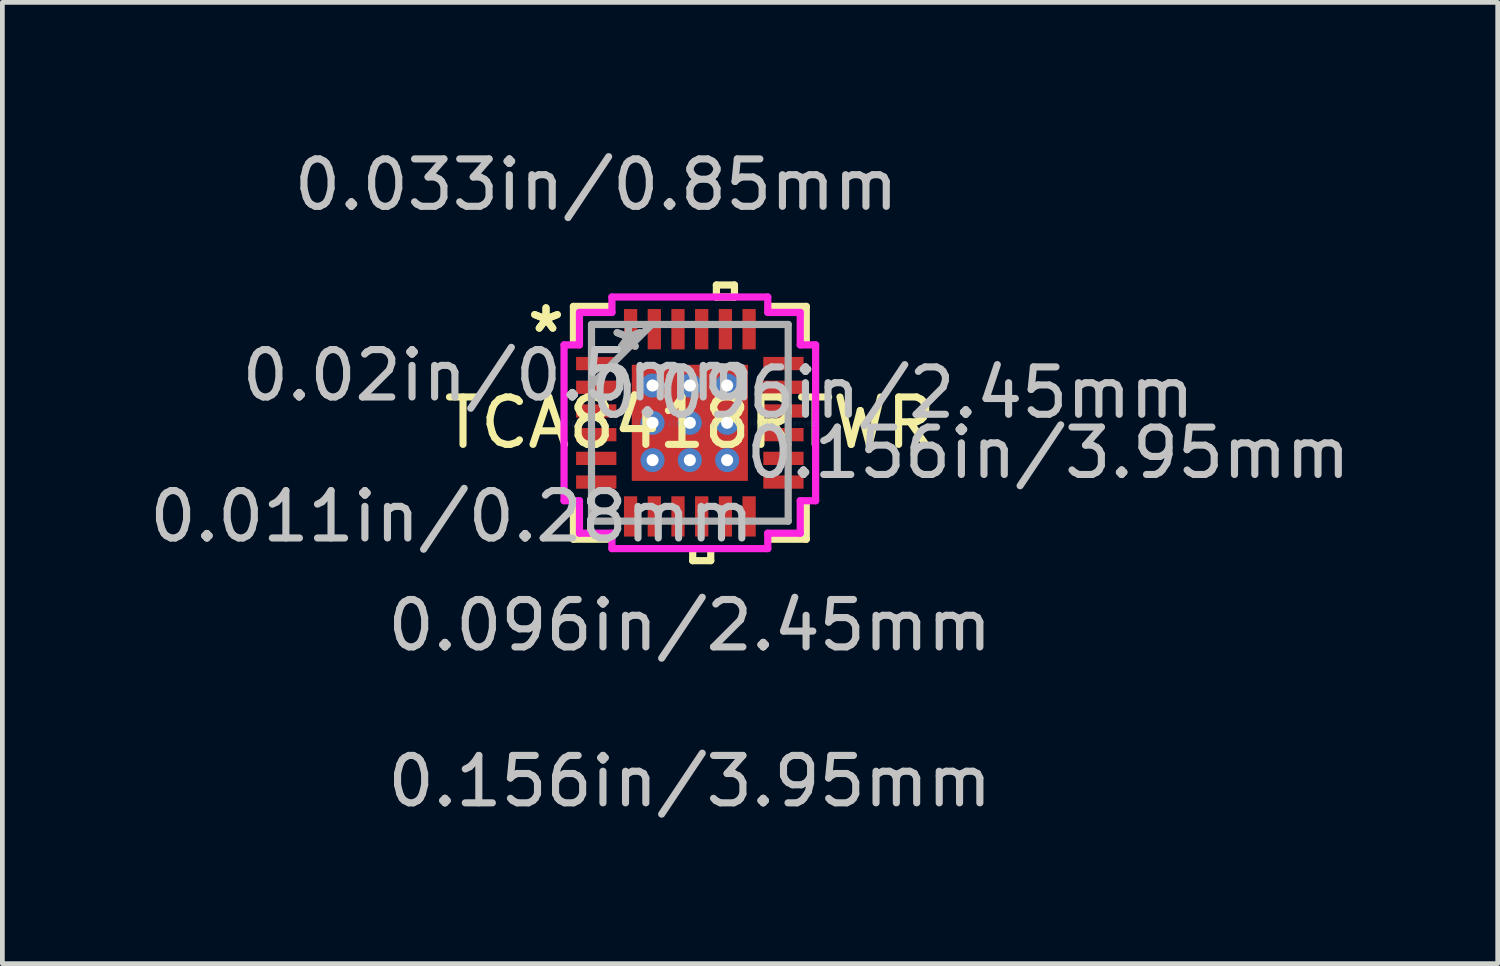
<source format=kicad_pcb>
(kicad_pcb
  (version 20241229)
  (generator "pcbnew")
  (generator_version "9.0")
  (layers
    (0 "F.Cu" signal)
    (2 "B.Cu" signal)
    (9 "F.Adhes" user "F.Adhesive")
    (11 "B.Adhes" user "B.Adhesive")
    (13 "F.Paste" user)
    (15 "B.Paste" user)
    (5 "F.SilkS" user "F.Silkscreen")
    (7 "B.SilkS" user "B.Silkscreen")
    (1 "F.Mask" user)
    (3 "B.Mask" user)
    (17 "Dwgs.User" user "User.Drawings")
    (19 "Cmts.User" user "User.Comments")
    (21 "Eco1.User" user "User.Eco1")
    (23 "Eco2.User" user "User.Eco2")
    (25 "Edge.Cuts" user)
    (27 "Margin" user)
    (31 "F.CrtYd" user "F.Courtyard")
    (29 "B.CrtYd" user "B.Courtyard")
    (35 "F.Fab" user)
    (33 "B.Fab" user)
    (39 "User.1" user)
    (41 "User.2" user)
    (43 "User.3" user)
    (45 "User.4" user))
  (footprint "TCA8418RTWR"
    (layer "F.Cu")
    (at 11.505 5.871)
    (property "Reference" "TCA8418RTWR" (at 0 0 0) (layer "F.SilkS") (effects (font (size 1 1) (thickness 0.15))))
    (attr through_hole)
    (fp_line (start -1.288 -1.288) (end -0.987 -1.288) (stroke (width 0.152) (type solid)) (layer "F.Mask"))
    (fp_line (start -1.288 -1.288) (end 1.288 -1.288) (stroke (width 0.152) (type solid)) (layer "F.Mask"))
    (fp_line (start -1.288 -0.987) (end -1.288 -1.288) (stroke (width 0.152) (type solid)) (layer "F.Mask"))
    (fp_line (start -1.288 -0.587) (end 1.288 -0.587) (stroke (width 0.152) (type solid)) (layer "F.Mask"))
    (fp_line (start -1.288 -0.2) (end -1.288 -0.587) (stroke (width 0.152) (type solid)) (layer "F.Mask"))
    (fp_line (start -1.288 0.2) (end 1.288 0.2) (stroke (width 0.152) (type solid)) (layer "F.Mask"))
    (fp_line (start -1.288 0.587) (end -1.288 0.2) (stroke (width 0.152) (type solid)) (layer "F.Mask"))
    (fp_line (start -1.288 0.987) (end 1.288 0.987) (stroke (width 0.152) (type solid)) (layer "F.Mask"))
    (fp_line (start -1.288 1.288) (end -1.288 -1.288) (stroke (width 0.152) (type solid)) (layer "F.Mask"))
    (fp_line (start -1.288 1.288) (end -1.288 0.987) (stroke (width 0.152) (type solid)) (layer "F.Mask"))
    (fp_line (start -0.987 -1.288) (end -0.987 1.288) (stroke (width 0.152) (type solid)) (layer "F.Mask"))
    (fp_line (start -0.987 1.288) (end -1.288 1.288) (stroke (width 0.152) (type solid)) (layer "F.Mask"))
    (fp_line (start -0.587 -1.288) (end -0.587 1.288) (stroke (width 0.152) (type solid)) (layer "F.Mask"))
    (fp_line (start -0.587 1.288) (end -0.2 1.288) (stroke (width 0.152) (type solid)) (layer "F.Mask"))
    (fp_line (start -0.2 -1.288) (end -0.587 -1.288) (stroke (width 0.152) (type solid)) (layer "F.Mask"))
    (fp_line (start -0.2 1.288) (end -0.2 -1.288) (stroke (width 0.152) (type solid)) (layer "F.Mask"))
    (fp_line (start 0.2 -1.288) (end 0.2 1.288) (stroke (width 0.152) (type solid)) (layer "F.Mask"))
    (fp_line (start 0.2 1.288) (end 0.587 1.288) (stroke (width 0.152) (type solid)) (layer "F.Mask"))
    (fp_line (start 0.587 -1.288) (end 0.2 -1.288) (stroke (width 0.152) (type solid)) (layer "F.Mask"))
    (fp_line (start 0.587 1.288) (end 0.587 -1.288) (stroke (width 0.152) (type solid)) (layer "F.Mask"))
    (fp_line (start 0.987 -1.288) (end 1.288 -1.288) (stroke (width 0.152) (type solid)) (layer "F.Mask"))
    (fp_line (start 0.987 1.288) (end 0.987 -1.288) (stroke (width 0.152) (type solid)) (layer "F.Mask"))
    (fp_line (start 1.288 -1.288) (end 1.288 -0.987) (stroke (width 0.152) (type solid)) (layer "F.Mask"))
    (fp_line (start 1.288 -1.288) (end 1.288 1.288) (stroke (width 0.152) (type solid)) (layer "F.Mask"))
    (fp_line (start 1.288 -0.987) (end -1.288 -0.987) (stroke (width 0.152) (type solid)) (layer "F.Mask"))
    (fp_line (start 1.288 -0.587) (end 1.288 -0.2) (stroke (width 0.152) (type solid)) (layer "F.Mask"))
    (fp_line (start 1.288 -0.2) (end -1.288 -0.2) (stroke (width 0.152) (type solid)) (layer "F.Mask"))
    (fp_line (start 1.288 0.2) (end 1.288 0.587) (stroke (width 0.152) (type solid)) (layer "F.Mask"))
    (fp_line (start 1.288 0.587) (end -1.288 0.587) (stroke (width 0.152) (type solid)) (layer "F.Mask"))
    (fp_line (start 1.288 0.987) (end 1.288 1.288) (stroke (width 0.152) (type solid)) (layer "F.Mask"))
    (fp_line (start 1.288 1.288) (end -1.288 1.288) (stroke (width 0.152) (type solid)) (layer "F.Mask"))
    (fp_line (start 1.288 1.288) (end 0.987 1.288) (stroke (width 0.152) (type solid)) (layer "F.Mask"))
    (fp_line (start -2.456 -2.456) (end -2.456 -1.718) (stroke (width 0.152) (type solid)) (layer "F.SilkS"))
    (fp_line (start -2.456 1.718) (end -2.456 2.456) (stroke (width 0.152) (type solid)) (layer "F.SilkS"))
    (fp_line (start -2.456 2.456) (end -1.718 2.456) (stroke (width 0.152) (type solid)) (layer "F.SilkS"))
    (fp_line (start -1.718 -2.456) (end -2.456 -2.456) (stroke (width 0.152) (type solid)) (layer "F.SilkS"))
    (fp_line (start 0.06 2.654) (end 0.06 2.908) (stroke (width 0.152) (type solid)) (layer "F.SilkS"))
    (fp_line (start 0.06 2.908) (end 0.441 2.908) (stroke (width 0.152) (type solid)) (layer "F.SilkS"))
    (fp_line (start 0.441 2.654) (end 0.06 2.654) (stroke (width 0.152) (type solid)) (layer "F.SilkS"))
    (fp_line (start 0.441 2.908) (end 0.441 2.654) (stroke (width 0.152) (type solid)) (layer "F.SilkS"))
    (fp_line (start 0.56 -2.908) (end 0.941 -2.908) (stroke (width 0.152) (type solid)) (layer "F.SilkS"))
    (fp_line (start 0.56 -2.654) (end 0.56 -2.908) (stroke (width 0.152) (type solid)) (layer "F.SilkS"))
    (fp_line (start 0.941 -2.908) (end 0.941 -2.654) (stroke (width 0.152) (type solid)) (layer "F.SilkS"))
    (fp_line (start 0.941 -2.654) (end 0.56 -2.654) (stroke (width 0.152) (type solid)) (layer "F.SilkS"))
    (fp_line (start 1.718 2.456) (end 2.456 2.456) (stroke (width 0.152) (type solid)) (layer "F.SilkS"))
    (fp_line (start 2.456 -2.456) (end 1.718 -2.456) (stroke (width 0.152) (type solid)) (layer "F.SilkS"))
    (fp_line (start 2.456 -1.718) (end 2.456 -2.456) (stroke (width 0.152) (type solid)) (layer "F.SilkS"))
    (fp_line (start 2.456 2.456) (end 2.456 1.718) (stroke (width 0.152) (type solid)) (layer "F.SilkS"))
    (fp_line (start -1.15 -1.15) (end -1.15 -0.887) (stroke (width 0.152) (type solid)) (layer "F.Paste"))
    (fp_line (start -1.15 -0.887) (end -1.029 -0.887) (stroke (width 0.152) (type solid)) (layer "F.Paste"))
    (fp_line (start -1.15 -0.687) (end -1.15 -0.1) (stroke (width 0.152) (type solid)) (layer "F.Paste"))
    (fp_line (start -1.15 -0.1) (end -1.029 -0.1) (stroke (width 0.152) (type solid)) (layer "F.Paste"))
    (fp_line (start -1.15 0.1) (end -1.15 0.687) (stroke (width 0.152) (type solid)) (layer "F.Paste"))
    (fp_line (start -1.15 0.687) (end -1.029 0.687) (stroke (width 0.152) (type solid)) (layer "F.Paste"))
    (fp_line (start -1.15 0.887) (end -1.15 1.15) (stroke (width 0.152) (type solid)) (layer "F.Paste"))
    (fp_line (start -1.15 1.15) (end -0.887 1.15) (stroke (width 0.152) (type solid)) (layer "F.Paste"))
    (fp_line (start -1.029 -0.887) (end -1.029 -0.887) (stroke (width 0.152) (type solid)) (layer "F.Paste"))
    (fp_line (start -1.029 -0.887) (end -0.887 -1.029) (stroke (width 0.152) (type solid)) (layer "F.Paste"))
    (fp_line (start -1.029 -0.687) (end -1.15 -0.687) (stroke (width 0.152) (type solid)) (layer "F.Paste"))
    (fp_line (start -1.029 -0.687) (end -1.029 -0.687) (stroke (width 0.152) (type solid)) (layer "F.Paste"))
    (fp_line (start -1.029 -0.1) (end -1.029 -0.1) (stroke (width 0.152) (type solid)) (layer "F.Paste"))
    (fp_line (start -1.029 -0.1) (end -0.887 -0.241) (stroke (width 0.152) (type solid)) (layer "F.Paste"))
    (fp_line (start -1.029 0.1) (end -1.15 0.1) (stroke (width 0.152) (type solid)) (layer "F.Paste"))
    (fp_line (start -1.029 0.1) (end -1.029 0.1) (stroke (width 0.152) (type solid)) (layer "F.Paste"))
    (fp_line (start -1.029 0.687) (end -1.029 0.687) (stroke (width 0.152) (type solid)) (layer "F.Paste"))
    (fp_line (start -1.029 0.687) (end -0.887 0.546) (stroke (width 0.152) (type solid)) (layer "F.Paste"))
    (fp_line (start -1.029 0.887) (end -1.15 0.887) (stroke (width 0.152) (type solid)) (layer "F.Paste"))
    (fp_line (start -1.029 0.887) (end -1.029 0.887) (stroke (width 0.152) (type solid)) (layer "F.Paste"))
    (fp_line (start -0.887 -1.15) (end -1.15 -1.15) (stroke (width 0.152) (type solid)) (layer "F.Paste"))
    (fp_line (start -0.887 -1.029) (end -0.887 -1.15) (stroke (width 0.152) (type solid)) (layer "F.Paste"))
    (fp_line (start -0.887 -1.029) (end -0.887 -1.029) (stroke (width 0.152) (type solid)) (layer "F.Paste"))
    (fp_line (start -0.887 -0.546) (end -1.029 -0.687) (stroke (width 0.152) (type solid)) (layer "F.Paste"))
    (fp_line (start -0.887 -0.546) (end -0.887 -0.546) (stroke (width 0.152) (type solid)) (layer "F.Paste"))
    (fp_line (start -0.887 -0.241) (end -0.887 -0.546) (stroke (width 0.152) (type solid)) (layer "F.Paste"))
    (fp_line (start -0.887 -0.241) (end -0.887 -0.241) (stroke (width 0.152) (type solid)) (layer "F.Paste"))
    (fp_line (start -0.887 0.241) (end -1.029 0.1) (stroke (width 0.152) (type solid)) (layer "F.Paste"))
    (fp_line (start -0.887 0.241) (end -0.887 0.241) (stroke (width 0.152) (type solid)) (layer "F.Paste"))
    (fp_line (start -0.887 0.546) (end -0.887 0.241) (stroke (width 0.152) (type solid)) (layer "F.Paste"))
    (fp_line (start -0.887 0.546) (end -0.887 0.546) (stroke (width 0.152) (type solid)) (layer "F.Paste"))
    (fp_line (start -0.887 1.029) (end -1.029 0.887) (stroke (width 0.152) (type solid)) (layer "F.Paste"))
    (fp_line (start -0.887 1.029) (end -0.887 1.029) (stroke (width 0.152) (type solid)) (layer "F.Paste"))
    (fp_line (start -0.887 1.15) (end -0.887 1.029) (stroke (width 0.152) (type solid)) (layer "F.Paste"))
    (fp_line (start -0.687 -1.15) (end -0.687 -1.029) (stroke (width 0.152) (type solid)) (layer "F.Paste"))
    (fp_line (start -0.687 -1.029) (end -0.687 -1.029) (stroke (width 0.152) (type solid)) (layer "F.Paste"))
    (fp_line (start -0.687 -1.029) (end -0.546 -0.887) (stroke (width 0.152) (type solid)) (layer "F.Paste"))
    (fp_line (start -0.687 -0.546) (end -0.687 -0.546) (stroke (width 0.152) (type solid)) (layer "F.Paste"))
    (fp_line (start -0.687 -0.546) (end -0.687 -0.241) (stroke (width 0.152) (type solid)) (layer "F.Paste"))
    (fp_line (start -0.687 -0.241) (end -0.687 -0.241) (stroke (width 0.152) (type solid)) (layer "F.Paste"))
    (fp_line (start -0.687 -0.241) (end -0.546 -0.1) (stroke (width 0.152) (type solid)) (layer "F.Paste"))
    (fp_line (start -0.687 0.241) (end -0.687 0.241) (stroke (width 0.152) (type solid)) (layer "F.Paste"))
    (fp_line (start -0.687 0.241) (end -0.687 0.546) (stroke (width 0.152) (type solid)) (layer "F.Paste"))
    (fp_line (start -0.687 0.546) (end -0.687 0.546) (stroke (width 0.152) (type solid)) (layer "F.Paste"))
    (fp_line (start -0.687 0.546) (end -0.546 0.687) (stroke (width 0.152) (type solid)) (layer "F.Paste"))
    (fp_line (start -0.687 1.029) (end -0.687 1.029) (stroke (width 0.152) (type solid)) (layer "F.Paste"))
    (fp_line (start -0.687 1.029) (end -0.687 1.15) (stroke (width 0.152) (type solid)) (layer "F.Paste"))
    (fp_line (start -0.687 1.15) (end -0.1 1.15) (stroke (width 0.152) (type solid)) (layer "F.Paste"))
    (fp_line (start -0.546 -0.887) (end -0.546 -0.887) (stroke (width 0.152) (type solid)) (layer "F.Paste"))
    (fp_line (start -0.546 -0.887) (end -0.241 -0.887) (stroke (width 0.152) (type solid)) (layer "F.Paste"))
    (fp_line (start -0.546 -0.687) (end -0.687 -0.546) (stroke (width 0.152) (type solid)) (layer "F.Paste"))
    (fp_line (start -0.546 -0.687) (end -0.546 -0.687) (stroke (width 0.152) (type solid)) (layer "F.Paste"))
    (fp_line (start -0.546 -0.1) (end -0.546 -0.1) (stroke (width 0.152) (type solid)) (layer "F.Paste"))
    (fp_line (start -0.546 -0.1) (end -0.241 -0.1) (stroke (width 0.152) (type solid)) (layer "F.Paste"))
    (fp_line (start -0.546 0.1) (end -0.687 0.241) (stroke (width 0.152) (type solid)) (layer "F.Paste"))
    (fp_line (start -0.546 0.1) (end -0.546 0.1) (stroke (width 0.152) (type solid)) (layer "F.Paste"))
    (fp_line (start -0.546 0.687) (end -0.546 0.687) (stroke (width 0.152) (type solid)) (layer "F.Paste"))
    (fp_line (start -0.546 0.687) (end -0.241 0.687) (stroke (width 0.152) (type solid)) (layer "F.Paste"))
    (fp_line (start -0.546 0.887) (end -0.687 1.029) (stroke (width 0.152) (type solid)) (layer "F.Paste"))
    (fp_line (start -0.546 0.887) (end -0.546 0.887) (stroke (width 0.152) (type solid)) (layer "F.Paste"))
    (fp_line (start -0.241 -0.887) (end -0.241 -0.887) (stroke (width 0.152) (type solid)) (layer "F.Paste"))
    (fp_line (start -0.241 -0.887) (end -0.1 -1.029) (stroke (width 0.152) (type solid)) (layer "F.Paste"))
    (fp_line (start -0.241 -0.687) (end -0.546 -0.687) (stroke (width 0.152) (type solid)) (layer "F.Paste"))
    (fp_line (start -0.241 -0.687) (end -0.241 -0.687) (stroke (width 0.152) (type solid)) (layer "F.Paste"))
    (fp_line (start -0.241 -0.1) (end -0.241 -0.1) (stroke (width 0.152) (type solid)) (layer "F.Paste"))
    (fp_line (start -0.241 -0.1) (end -0.1 -0.241) (stroke (width 0.152) (type solid)) (layer "F.Paste"))
    (fp_line (start -0.241 0.1) (end -0.546 0.1) (stroke (width 0.152) (type solid)) (layer "F.Paste"))
    (fp_line (start -0.241 0.1) (end -0.241 0.1) (stroke (width 0.152) (type solid)) (layer "F.Paste"))
    (fp_line (start -0.241 0.687) (end -0.241 0.687) (stroke (width 0.152) (type solid)) (layer "F.Paste"))
    (fp_line (start -0.241 0.687) (end -0.1 0.546) (stroke (width 0.152) (type solid)) (layer "F.Paste"))
    (fp_line (start -0.241 0.887) (end -0.546 0.887) (stroke (width 0.152) (type solid)) (layer "F.Paste"))
    (fp_line (start -0.241 0.887) (end -0.241 0.887) (stroke (width 0.152) (type solid)) (layer "F.Paste"))
    (fp_line (start -0.1 -1.15) (end -0.687 -1.15) (stroke (width 0.152) (type solid)) (layer "F.Paste"))
    (fp_line (start -0.1 -1.029) (end -0.1 -1.15) (stroke (width 0.152) (type solid)) (layer "F.Paste"))
    (fp_line (start -0.1 -1.029) (end -0.1 -1.029) (stroke (width 0.152) (type solid)) (layer "F.Paste"))
    (fp_line (start -0.1 -0.546) (end -0.241 -0.687) (stroke (width 0.152) (type solid)) (layer "F.Paste"))
    (fp_line (start -0.1 -0.546) (end -0.1 -0.546) (stroke (width 0.152) (type solid)) (layer "F.Paste"))
    (fp_line (start -0.1 -0.241) (end -0.1 -0.546) (stroke (width 0.152) (type solid)) (layer "F.Paste"))
    (fp_line (start -0.1 -0.241) (end -0.1 -0.241) (stroke (width 0.152) (type solid)) (layer "F.Paste"))
    (fp_line (start -0.1 0.241) (end -0.241 0.1) (stroke (width 0.152) (type solid)) (layer "F.Paste"))
    (fp_line (start -0.1 0.241) (end -0.1 0.241) (stroke (width 0.152) (type solid)) (layer "F.Paste"))
    (fp_line (start -0.1 0.546) (end -0.1 0.241) (stroke (width 0.152) (type solid)) (layer "F.Paste"))
    (fp_line (start -0.1 0.546) (end -0.1 0.546) (stroke (width 0.152) (type solid)) (layer "F.Paste"))
    (fp_line (start -0.1 1.029) (end -0.241 0.887) (stroke (width 0.152) (type solid)) (layer "F.Paste"))
    (fp_line (start -0.1 1.029) (end -0.1 1.029) (stroke (width 0.152) (type solid)) (layer "F.Paste"))
    (fp_line (start -0.1 1.15) (end -0.1 1.029) (stroke (width 0.152) (type solid)) (layer "F.Paste"))
    (fp_line (start 0.1 -1.15) (end 0.1 -1.029) (stroke (width 0.152) (type solid)) (layer "F.Paste"))
    (fp_line (start 0.1 -1.029) (end 0.1 -1.029) (stroke (width 0.152) (type solid)) (layer "F.Paste"))
    (fp_line (start 0.1 -1.029) (end 0.241 -0.887) (stroke (width 0.152) (type solid)) (layer "F.Paste"))
    (fp_line (start 0.1 -0.546) (end 0.1 -0.546) (stroke (width 0.152) (type solid)) (layer "F.Paste"))
    (fp_line (start 0.1 -0.546) (end 0.1 -0.241) (stroke (width 0.152) (type solid)) (layer "F.Paste"))
    (fp_line (start 0.1 -0.241) (end 0.1 -0.241) (stroke (width 0.152) (type solid)) (layer "F.Paste"))
    (fp_line (start 0.1 -0.241) (end 0.241 -0.1) (stroke (width 0.152) (type solid)) (layer "F.Paste"))
    (fp_line (start 0.1 0.241) (end 0.1 0.241) (stroke (width 0.152) (type solid)) (layer "F.Paste"))
    (fp_line (start 0.1 0.241) (end 0.1 0.546) (stroke (width 0.152) (type solid)) (layer "F.Paste"))
    (fp_line (start 0.1 0.546) (end 0.1 0.546) (stroke (width 0.152) (type solid)) (layer "F.Paste"))
    (fp_line (start 0.1 0.546) (end 0.241 0.687) (stroke (width 0.152) (type solid)) (layer "F.Paste"))
    (fp_line (start 0.1 1.029) (end 0.1 1.029) (stroke (width 0.152) (type solid)) (layer "F.Paste"))
    (fp_line (start 0.1 1.029) (end 0.1 1.15) (stroke (width 0.152) (type solid)) (layer "F.Paste"))
    (fp_line (start 0.1 1.15) (end 0.687 1.15) (stroke (width 0.152) (type solid)) (layer "F.Paste"))
    (fp_line (start 0.241 -0.887) (end 0.241 -0.887) (stroke (width 0.152) (type solid)) (layer "F.Paste"))
    (fp_line (start 0.241 -0.887) (end 0.546 -0.887) (stroke (width 0.152) (type solid)) (layer "F.Paste"))
    (fp_line (start 0.241 -0.687) (end 0.1 -0.546) (stroke (width 0.152) (type solid)) (layer "F.Paste"))
    (fp_line (start 0.241 -0.687) (end 0.241 -0.687) (stroke (width 0.152) (type solid)) (layer "F.Paste"))
    (fp_line (start 0.241 -0.1) (end 0.241 -0.1) (stroke (width 0.152) (type solid)) (layer "F.Paste"))
    (fp_line (start 0.241 -0.1) (end 0.546 -0.1) (stroke (width 0.152) (type solid)) (layer "F.Paste"))
    (fp_line (start 0.241 0.1) (end 0.1 0.241) (stroke (width 0.152) (type solid)) (layer "F.Paste"))
    (fp_line (start 0.241 0.1) (end 0.241 0.1) (stroke (width 0.152) (type solid)) (layer "F.Paste"))
    (fp_line (start 0.241 0.687) (end 0.241 0.687) (stroke (width 0.152) (type solid)) (layer "F.Paste"))
    (fp_line (start 0.241 0.687) (end 0.546 0.687) (stroke (width 0.152) (type solid)) (layer "F.Paste"))
    (fp_line (start 0.241 0.887) (end 0.1 1.029) (stroke (width 0.152) (type solid)) (layer "F.Paste"))
    (fp_line (start 0.241 0.887) (end 0.241 0.887) (stroke (width 0.152) (type solid)) (layer "F.Paste"))
    (fp_line (start 0.546 -0.887) (end 0.546 -0.887) (stroke (width 0.152) (type solid)) (layer "F.Paste"))
    (fp_line (start 0.546 -0.887) (end 0.687 -1.029) (stroke (width 0.152) (type solid)) (layer "F.Paste"))
    (fp_line (start 0.546 -0.687) (end 0.241 -0.687) (stroke (width 0.152) (type solid)) (layer "F.Paste"))
    (fp_line (start 0.546 -0.687) (end 0.546 -0.687) (stroke (width 0.152) (type solid)) (layer "F.Paste"))
    (fp_line (start 0.546 -0.1) (end 0.546 -0.1) (stroke (width 0.152) (type solid)) (layer "F.Paste"))
    (fp_line (start 0.546 -0.1) (end 0.687 -0.241) (stroke (width 0.152) (type solid)) (layer "F.Paste"))
    (fp_line (start 0.546 0.1) (end 0.241 0.1) (stroke (width 0.152) (type solid)) (layer "F.Paste"))
    (fp_line (start 0.546 0.1) (end 0.546 0.1) (stroke (width 0.152) (type solid)) (layer "F.Paste"))
    (fp_line (start 0.546 0.687) (end 0.546 0.687) (stroke (width 0.152) (type solid)) (layer "F.Paste"))
    (fp_line (start 0.546 0.687) (end 0.687 0.546) (stroke (width 0.152) (type solid)) (layer "F.Paste"))
    (fp_line (start 0.546 0.887) (end 0.241 0.887) (stroke (width 0.152) (type solid)) (layer "F.Paste"))
    (fp_line (start 0.546 0.887) (end 0.546 0.887) (stroke (width 0.152) (type solid)) (layer "F.Paste"))
    (fp_line (start 0.687 -1.15) (end 0.1 -1.15) (stroke (width 0.152) (type solid)) (layer "F.Paste"))
    (fp_line (start 0.687 -1.029) (end 0.687 -1.15) (stroke (width 0.152) (type solid)) (layer "F.Paste"))
    (fp_line (start 0.687 -1.029) (end 0.687 -1.029) (stroke (width 0.152) (type solid)) (layer "F.Paste"))
    (fp_line (start 0.687 -0.546) (end 0.546 -0.687) (stroke (width 0.152) (type solid)) (layer "F.Paste"))
    (fp_line (start 0.687 -0.546) (end 0.687 -0.546) (stroke (width 0.152) (type solid)) (layer "F.Paste"))
    (fp_line (start 0.687 -0.241) (end 0.687 -0.546) (stroke (width 0.152) (type solid)) (layer "F.Paste"))
    (fp_line (start 0.687 -0.241) (end 0.687 -0.241) (stroke (width 0.152) (type solid)) (layer "F.Paste"))
    (fp_line (start 0.687 0.241) (end 0.546 0.1) (stroke (width 0.152) (type solid)) (layer "F.Paste"))
    (fp_line (start 0.687 0.241) (end 0.687 0.241) (stroke (width 0.152) (type solid)) (layer "F.Paste"))
    (fp_line (start 0.687 0.546) (end 0.687 0.241) (stroke (width 0.152) (type solid)) (layer "F.Paste"))
    (fp_line (start 0.687 0.546) (end 0.687 0.546) (stroke (width 0.152) (type solid)) (layer "F.Paste"))
    (fp_line (start 0.687 1.029) (end 0.546 0.887) (stroke (width 0.152) (type solid)) (layer "F.Paste"))
    (fp_line (start 0.687 1.029) (end 0.687 1.029) (stroke (width 0.152) (type solid)) (layer "F.Paste"))
    (fp_line (start 0.687 1.15) (end 0.687 1.029) (stroke (width 0.152) (type solid)) (layer "F.Paste"))
    (fp_line (start 0.887 -1.15) (end 0.887 -1.029) (stroke (width 0.152) (type solid)) (layer "F.Paste"))
    (fp_line (start 0.887 -1.029) (end 0.887 -1.029) (stroke (width 0.152) (type solid)) (layer "F.Paste"))
    (fp_line (start 0.887 -1.029) (end 1.029 -0.887) (stroke (width 0.152) (type solid)) (layer "F.Paste"))
    (fp_line (start 0.887 -0.546) (end 0.887 -0.546) (stroke (width 0.152) (type solid)) (layer "F.Paste"))
    (fp_line (start 0.887 -0.546) (end 0.887 -0.241) (stroke (width 0.152) (type solid)) (layer "F.Paste"))
    (fp_line (start 0.887 -0.241) (end 0.887 -0.241) (stroke (width 0.152) (type solid)) (layer "F.Paste"))
    (fp_line (start 0.887 -0.241) (end 1.029 -0.1) (stroke (width 0.152) (type solid)) (layer "F.Paste"))
    (fp_line (start 0.887 0.241) (end 0.887 0.241) (stroke (width 0.152) (type solid)) (layer "F.Paste"))
    (fp_line (start 0.887 0.241) (end 0.887 0.546) (stroke (width 0.152) (type solid)) (layer "F.Paste"))
    (fp_line (start 0.887 0.546) (end 0.887 0.546) (stroke (width 0.152) (type solid)) (layer "F.Paste"))
    (fp_line (start 0.887 0.546) (end 1.029 0.687) (stroke (width 0.152) (type solid)) (layer "F.Paste"))
    (fp_line (start 0.887 1.029) (end 0.887 1.029) (stroke (width 0.152) (type solid)) (layer "F.Paste"))
    (fp_line (start 0.887 1.029) (end 0.887 1.15) (stroke (width 0.152) (type solid)) (layer "F.Paste"))
    (fp_line (start 0.887 1.15) (end 1.15 1.15) (stroke (width 0.152) (type solid)) (layer "F.Paste"))
    (fp_line (start 1.029 -0.887) (end 1.029 -0.887) (stroke (width 0.152) (type solid)) (layer "F.Paste"))
    (fp_line (start 1.029 -0.887) (end 1.15 -0.887) (stroke (width 0.152) (type solid)) (layer "F.Paste"))
    (fp_line (start 1.029 -0.687) (end 0.887 -0.546) (stroke (width 0.152) (type solid)) (layer "F.Paste"))
    (fp_line (start 1.029 -0.687) (end 1.029 -0.687) (stroke (width 0.152) (type solid)) (layer "F.Paste"))
    (fp_line (start 1.029 -0.1) (end 1.029 -0.1) (stroke (width 0.152) (type solid)) (layer "F.Paste"))
    (fp_line (start 1.029 -0.1) (end 1.15 -0.1) (stroke (width 0.152) (type solid)) (layer "F.Paste"))
    (fp_line (start 1.029 0.1) (end 0.887 0.241) (stroke (width 0.152) (type solid)) (layer "F.Paste"))
    (fp_line (start 1.029 0.1) (end 1.029 0.1) (stroke (width 0.152) (type solid)) (layer "F.Paste"))
    (fp_line (start 1.029 0.687) (end 1.029 0.687) (stroke (width 0.152) (type solid)) (layer "F.Paste"))
    (fp_line (start 1.029 0.687) (end 1.15 0.687) (stroke (width 0.152) (type solid)) (layer "F.Paste"))
    (fp_line (start 1.029 0.887) (end 0.887 1.029) (stroke (width 0.152) (type solid)) (layer "F.Paste"))
    (fp_line (start 1.029 0.887) (end 1.029 0.887) (stroke (width 0.152) (type solid)) (layer "F.Paste"))
    (fp_line (start 1.15 -1.15) (end 0.887 -1.15) (stroke (width 0.152) (type solid)) (layer "F.Paste"))
    (fp_line (start 1.15 -0.887) (end 1.15 -1.15) (stroke (width 0.152) (type solid)) (layer "F.Paste"))
    (fp_line (start 1.15 -0.687) (end 1.029 -0.687) (stroke (width 0.152) (type solid)) (layer "F.Paste"))
    (fp_line (start 1.15 -0.1) (end 1.15 -0.687) (stroke (width 0.152) (type solid)) (layer "F.Paste"))
    (fp_line (start 1.15 0.1) (end 1.029 0.1) (stroke (width 0.152) (type solid)) (layer "F.Paste"))
    (fp_line (start 1.15 0.687) (end 1.15 0.1) (stroke (width 0.152) (type solid)) (layer "F.Paste"))
    (fp_line (start 1.15 0.887) (end 1.029 0.887) (stroke (width 0.152) (type solid)) (layer "F.Paste"))
    (fp_line (start 1.15 1.15) (end 1.15 0.887) (stroke (width 0.152) (type solid)) (layer "F.Paste"))
    (fp_line (start -2.654 -1.644) (end -2.329 -1.644) (stroke (width 0.152) (type solid)) (layer "F.CrtYd"))
    (fp_line (start -2.654 1.644) (end -2.654 -1.644) (stroke (width 0.152) (type solid)) (layer "F.CrtYd"))
    (fp_line (start -2.329 -2.329) (end -1.644 -2.329) (stroke (width 0.152) (type solid)) (layer "F.CrtYd"))
    (fp_line (start -2.329 -1.644) (end -2.329 -2.329) (stroke (width 0.152) (type solid)) (layer "F.CrtYd"))
    (fp_line (start -2.329 1.644) (end -2.654 1.644) (stroke (width 0.152) (type solid)) (layer "F.CrtYd"))
    (fp_line (start -2.329 2.329) (end -2.329 1.644) (stroke (width 0.152) (type solid)) (layer "F.CrtYd"))
    (fp_line (start -1.644 -2.654) (end 1.644 -2.654) (stroke (width 0.152) (type solid)) (layer "F.CrtYd"))
    (fp_line (start -1.644 -2.329) (end -1.644 -2.654) (stroke (width 0.152) (type solid)) (layer "F.CrtYd"))
    (fp_line (start -1.644 2.329) (end -2.329 2.329) (stroke (width 0.152) (type solid)) (layer "F.CrtYd"))
    (fp_line (start -1.644 2.654) (end -1.644 2.329) (stroke (width 0.152) (type solid)) (layer "F.CrtYd"))
    (fp_line (start 1.644 -2.654) (end 1.644 -2.329) (stroke (width 0.152) (type solid)) (layer "F.CrtYd"))
    (fp_line (start 1.644 -2.329) (end 2.329 -2.329) (stroke (width 0.152) (type solid)) (layer "F.CrtYd"))
    (fp_line (start 1.644 2.329) (end 1.644 2.654) (stroke (width 0.152) (type solid)) (layer "F.CrtYd"))
    (fp_line (start 1.644 2.654) (end -1.644 2.654) (stroke (width 0.152) (type solid)) (layer "F.CrtYd"))
    (fp_line (start 2.329 -2.329) (end 2.329 -1.644) (stroke (width 0.152) (type solid)) (layer "F.CrtYd"))
    (fp_line (start 2.329 -1.644) (end 2.654 -1.644) (stroke (width 0.152) (type solid)) (layer "F.CrtYd"))
    (fp_line (start 2.329 1.644) (end 2.329 2.329) (stroke (width 0.152) (type solid)) (layer "F.CrtYd"))
    (fp_line (start 2.329 2.329) (end 1.644 2.329) (stroke (width 0.152) (type solid)) (layer "F.CrtYd"))
    (fp_line (start 2.654 -1.644) (end 2.654 1.644) (stroke (width 0.152) (type solid)) (layer "F.CrtYd"))
    (fp_line (start 2.654 1.644) (end 2.329 1.644) (stroke (width 0.152) (type solid)) (layer "F.CrtYd"))
    (fp_line (start -2.075 -2.075) (end -2.075 2.075) (stroke (width 0.152) (type solid)) (layer "F.Fab"))
    (fp_line (start -2.075 -0.805) (end -0.805 -2.075) (stroke (width 0.152) (type solid)) (layer "F.Fab"))
    (fp_line (start -2.075 2.075) (end 2.075 2.075) (stroke (width 0.152) (type solid)) (layer "F.Fab"))
    (fp_line (start 2.075 -2.075) (end -2.075 -2.075) (stroke (width 0.152) (type solid)) (layer "F.Fab"))
    (fp_line (start 2.075 2.075) (end 2.075 -2.075) (stroke (width 0.152) (type solid)) (layer "F.Fab"))
    (fp_text user "*" (at -3.035 -1.881 0) (layer "F.SilkS") (effects (font (size 1 1) (thickness 0.15))))
    (fp_text user "*" (at -3.035 -1.881 0) (layer "F.SilkS") (effects (font (size 1 1) (thickness 0.15))))
    (fp_text user "0.096in/2.45mm" (at 4.273 -0.635 0) (layer "Dwgs.User") (effects (font (size 1 1) (thickness 0.15))))
    (fp_text user "0.011in/0.28mm" (at -5.023 1.975 0) (layer "Dwgs.User") (effects (font (size 1 1) (thickness 0.15))))
    (fp_text user "0.033in/0.85mm" (at -1.975 -5.023 0) (layer "Dwgs.User") (effects (font (size 1 1) (thickness 0.15))))
    (fp_text user "0.156in/3.95mm" (at 7.563 0.635 0) (layer "Dwgs.User") (effects (font (size 1 1) (thickness 0.15))))
    (fp_text user "0.156in/3.95mm" (at 0 7.563 0) (layer "Dwgs.User") (effects (font (size 1 1) (thickness 0.15))))
    (fp_text user "0.096in/2.45mm" (at 0 4.273 0) (layer "Dwgs.User") (effects (font (size 1 1) (thickness 0.15))))
    (fp_text user "0.02in/0.5mm" (at -4.028 -1 0) (layer "Dwgs.User") (effects (font (size 1 1) (thickness 0.15))))
    (fp_text user "Copyright 2016 Accelerated Designs. All rights reserved." (at 0 0 0) (layer "Cmts.User") (effects (font (size 0.127 0.127) (thickness 0.002))))
    (fp_text user "*" (at -1.296 -1.5 0) (layer "F.Fab") (effects (font (size 1 1) (thickness 0.15))))
    (fp_text user "*" (at -1.296 -1.5 0) (layer "F.Fab") (effects (font (size 1 1) (thickness 0.15))))
    (pad "1" smd rect (at -1.975 -1.25 90) (size 0.28 0.85) (layers "F.Cu" "F.Mask" "F.Paste"))
    (pad "2" smd rect (at -1.975 -0.75 90) (size 0.28 0.85) (layers "F.Cu" "F.Mask" "F.Paste"))
    (pad "3" smd rect (at -1.975 -0.25 90) (size 0.28 0.85) (layers "F.Cu" "F.Mask" "F.Paste"))
    (pad "4" smd rect (at -1.975 0.25 90) (size 0.28 0.85) (layers "F.Cu" "F.Mask" "F.Paste"))
    (pad "5" smd rect (at -1.975 0.75 90) (size 0.28 0.85) (layers "F.Cu" "F.Mask" "F.Paste"))
    (pad "6" smd rect (at -1.975 1.25 90) (size 0.28 0.85) (layers "F.Cu" "F.Mask" "F.Paste"))
    (pad "7" smd rect (at -1.25 1.975) (size 0.28 0.85) (layers "F.Cu" "F.Mask" "F.Paste"))
    (pad "8" smd rect (at -0.75 1.975) (size 0.28 0.85) (layers "F.Cu" "F.Mask" "F.Paste"))
    (pad "9" smd rect (at -0.25 1.975) (size 0.28 0.85) (layers "F.Cu" "F.Mask" "F.Paste"))
    (pad "10" smd rect (at 0.25 1.975) (size 0.28 0.85) (layers "F.Cu" "F.Mask" "F.Paste"))
    (pad "11" smd rect (at 0.75 1.975) (size 0.28 0.85) (layers "F.Cu" "F.Mask" "F.Paste"))
    (pad "12" smd rect (at 1.25 1.975) (size 0.28 0.85) (layers "F.Cu" "F.Mask" "F.Paste"))
    (pad "13" smd rect (at 1.975 1.25 90) (size 0.28 0.85) (layers "F.Cu" "F.Mask" "F.Paste"))
    (pad "14" smd rect (at 1.975 0.75 90) (size 0.28 0.85) (layers "F.Cu" "F.Mask" "F.Paste"))
    (pad "15" smd rect (at 1.975 0.25 90) (size 0.28 0.85) (layers "F.Cu" "F.Mask" "F.Paste"))
    (pad "16" smd rect (at 1.975 -0.25 90) (size 0.28 0.85) (layers "F.Cu" "F.Mask" "F.Paste"))
    (pad "17" smd rect (at 1.975 -0.75 90) (size 0.28 0.85) (layers "F.Cu" "F.Mask" "F.Paste"))
    (pad "18" smd rect (at 1.975 -1.25 90) (size 0.28 0.85) (layers "F.Cu" "F.Mask" "F.Paste"))
    (pad "19" smd rect (at 1.25 -1.975) (size 0.28 0.85) (layers "F.Cu" "F.Mask" "F.Paste"))
    (pad "20" smd rect (at 0.75 -1.975) (size 0.28 0.85) (layers "F.Cu" "F.Mask" "F.Paste"))
    (pad "21" smd rect (at 0.25 -1.975) (size 0.28 0.85) (layers "F.Cu" "F.Mask" "F.Paste"))
    (pad "22" smd rect (at -0.25 -1.975) (size 0.28 0.85) (layers "F.Cu" "F.Mask" "F.Paste"))
    (pad "23" smd rect (at -0.75 -1.975) (size 0.28 0.85) (layers "F.Cu" "F.Mask" "F.Paste"))
    (pad "24" smd rect (at -1.25 -1.975) (size 0.28 0.85) (layers "F.Cu" "F.Mask" "F.Paste"))
    (pad "25" smd rect (at 0 0) (size 2.45 2.45) (layers "F.Cu" "F.Mask" "F.Paste"))
    (pad "V" thru_hole circle (at -0.787 -0.787) (size 0.508 0.508) (drill 0.254) (layers "*.Cu" "*.Mask"))
    (pad "V" thru_hole circle (at -0.787 0) (size 0.508 0.508) (drill 0.254) (layers "*.Cu" "*.Mask"))
    (pad "V" thru_hole circle (at -0.787 0.787) (size 0.508 0.508) (drill 0.254) (layers "*.Cu" "*.Mask"))
    (pad "V" thru_hole circle (at 0 -0.787) (size 0.508 0.508) (drill 0.254) (layers "*.Cu" "*.Mask"))
    (pad "V" thru_hole circle (at 0 0) (size 0.508 0.508) (drill 0.254) (layers "*.Cu" "*.Mask"))
    (pad "V" thru_hole circle (at 0 0.787) (size 0.508 0.508) (drill 0.254) (layers "*.Cu" "*.Mask"))
    (pad "V" thru_hole circle (at 0.787 -0.787) (size 0.508 0.508) (drill 0.254) (layers "*.Cu" "*.Mask"))
    (pad "V" thru_hole circle (at 0.787 0) (size 0.508 0.508) (drill 0.254) (layers "*.Cu" "*.Mask"))
    (pad "V" thru_hole circle (at 0.787 0.787) (size 0.508 0.508) (drill 0.254) (layers "*.Cu" "*.Mask")))
  (gr_rect
    (start -3 -3)
    (end 28.55 17.282)
    (stroke (width 0.1) (type default))
    (fill no)
    (layer "Edge.Cuts")))
</source>
